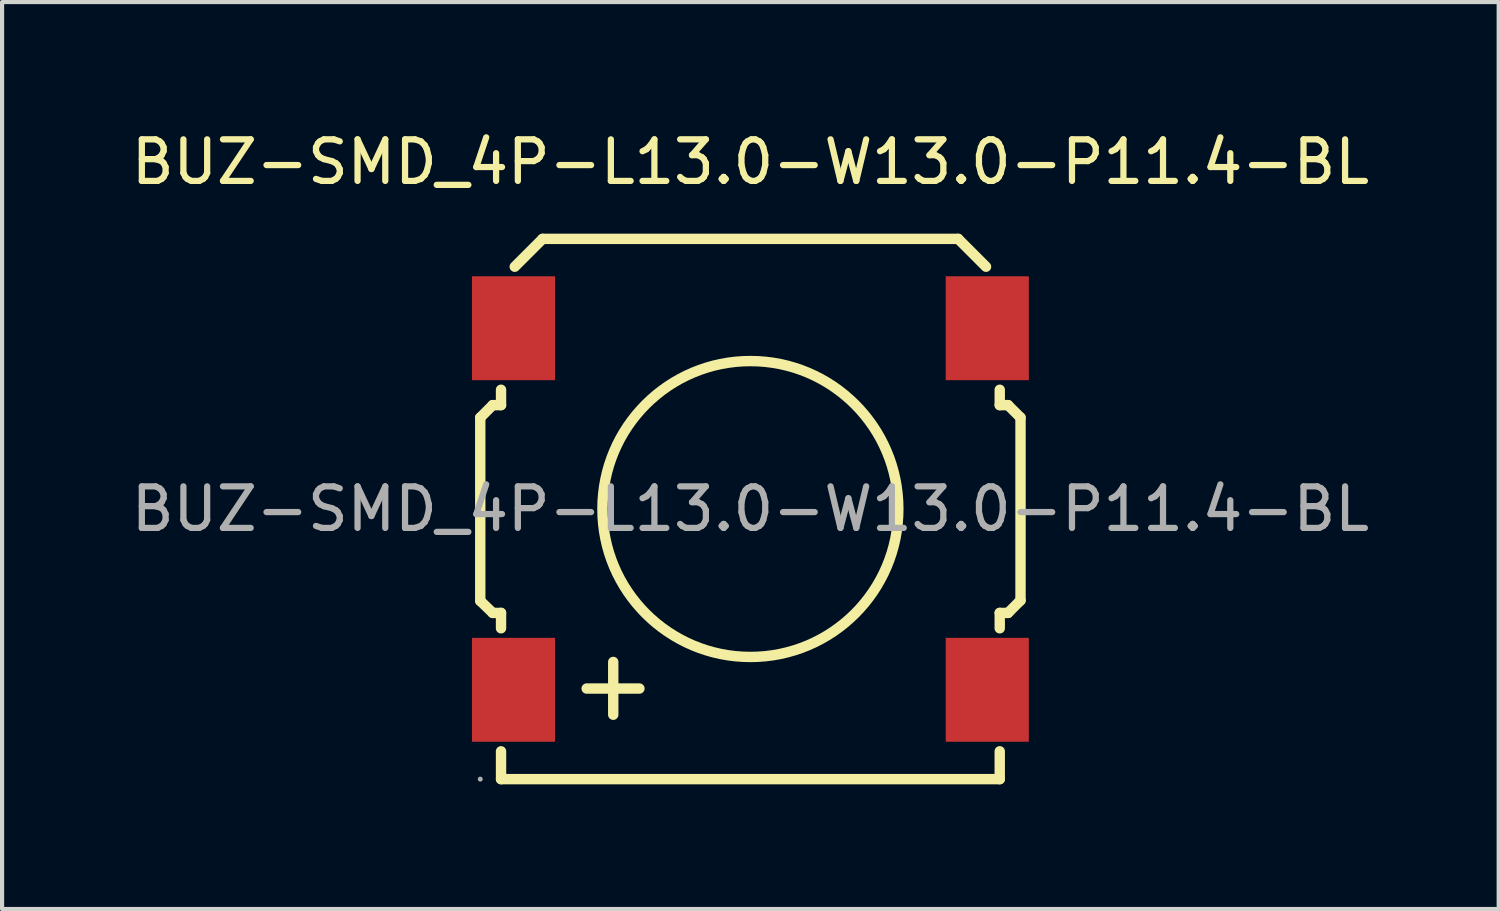
<source format=kicad_pcb>
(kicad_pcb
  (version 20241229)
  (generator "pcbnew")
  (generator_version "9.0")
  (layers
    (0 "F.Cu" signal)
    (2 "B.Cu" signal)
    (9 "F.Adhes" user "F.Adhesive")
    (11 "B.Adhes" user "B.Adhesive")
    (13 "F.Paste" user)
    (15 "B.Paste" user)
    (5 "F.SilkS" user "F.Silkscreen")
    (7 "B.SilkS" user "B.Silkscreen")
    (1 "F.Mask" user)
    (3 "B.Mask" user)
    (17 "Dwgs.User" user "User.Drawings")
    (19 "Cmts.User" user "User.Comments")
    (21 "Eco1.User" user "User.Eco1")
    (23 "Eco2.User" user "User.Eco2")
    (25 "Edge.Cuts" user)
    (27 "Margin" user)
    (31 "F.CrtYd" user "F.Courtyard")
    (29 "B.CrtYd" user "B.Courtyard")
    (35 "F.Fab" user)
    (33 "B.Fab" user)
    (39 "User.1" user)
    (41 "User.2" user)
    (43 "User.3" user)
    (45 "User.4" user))
  (footprint "BUZ-SMD_4P-L13.0-W13.0-P11.4-BL"
    (layer "F.Cu")
    (at 15.006 9.198)
    (property "Reference" "BUZ-SMD_4P-L13.0-W13.0-P11.4-BL" (at 0 -8.35 0) (layer "F.SilkS") (effects (font (size 1 1) (thickness 0.15))))
    (attr through_hole)
    (fp_line (start -6.5 -2.2) (end -6.2 -2.5) (stroke (width 0.25) (type solid)) (layer "F.SilkS"))
    (fp_line (start -6.5 2.21) (end -6.5 -2.2) (stroke (width 0.25) (type solid)) (layer "F.SilkS"))
    (fp_line (start -6.2 -2.5) (end -6 -2.5) (stroke (width 0.25) (type solid)) (layer "F.SilkS"))
    (fp_line (start -6.2 2.5) (end -6.5 2.21) (stroke (width 0.25) (type solid)) (layer "F.SilkS"))
    (fp_line (start -6 -2.5) (end -6 -2.87) (stroke (width 0.25) (type solid)) (layer "F.SilkS"))
    (fp_line (start -6 2.5) (end -6.2 2.5) (stroke (width 0.25) (type solid)) (layer "F.SilkS"))
    (fp_line (start -6 2.87) (end -6 2.5) (stroke (width 0.25) (type solid)) (layer "F.SilkS"))
    (fp_line (start -6 6.5) (end -6 5.83) (stroke (width 0.25) (type solid)) (layer "F.SilkS"))
    (fp_line (start -5 -6.5) (end -5.67 -5.83) (stroke (width 0.25) (type solid)) (layer "F.SilkS"))
    (fp_line (start -5 -6.5) (end 5 -6.5) (stroke (width 0.25) (type solid)) (layer "F.SilkS"))
    (fp_line (start -3.94 4.32) (end -2.67 4.32) (stroke (width 0.25) (type solid)) (layer "F.SilkS"))
    (fp_line (start -3.3 3.68) (end -3.3 4.95) (stroke (width 0.25) (type solid)) (layer "F.SilkS"))
    (fp_line (start 5 -6.5) (end 5.67 -5.83) (stroke (width 0.25) (type solid)) (layer "F.SilkS"))
    (fp_line (start 6 -2.87) (end 6 -2.5) (stroke (width 0.25) (type solid)) (layer "F.SilkS"))
    (fp_line (start 6 -2.5) (end 6.2 -2.5) (stroke (width 0.25) (type solid)) (layer "F.SilkS"))
    (fp_line (start 6 2.5) (end 6 2.87) (stroke (width 0.25) (type solid)) (layer "F.SilkS"))
    (fp_line (start 6 5.83) (end 6 6.5) (stroke (width 0.25) (type solid)) (layer "F.SilkS"))
    (fp_line (start 6 6.5) (end -6 6.5) (stroke (width 0.25) (type solid)) (layer "F.SilkS"))
    (fp_line (start 6.2 -2.5) (end 6.5 -2.2) (stroke (width 0.25) (type solid)) (layer "F.SilkS"))
    (fp_line (start 6.2 2.5) (end 6 2.5) (stroke (width 0.25) (type solid)) (layer "F.SilkS"))
    (fp_line (start 6.5 -2.2) (end 6.5 2.2) (stroke (width 0.25) (type solid)) (layer "F.SilkS"))
    (fp_line (start 6.5 2.2) (end 6.2 2.5) (stroke (width 0.25) (type solid)) (layer "F.SilkS"))
    (fp_circle (center 0 0) (end 3.56 0) (stroke (width 0.25) (type solid)) (fill no) (layer "F.SilkS"))
    (fp_circle (center -6.5 6.5) (end -6.47 6.5) (stroke (width 0.06) (type solid)) (fill no) (layer "F.Fab"))
    (fp_text user "${REFERENCE}" (at 0 0 0) (layer "F.Fab") (effects (font (size 1 1) (thickness 0.15))))
    (pad "1" smd rect (at -5.7 4.35) (size 2 2.5) (layers "F.Cu" "F.Mask" "F.Paste"))
    (pad "2" smd rect (at 5.7 4.35) (size 2 2.5) (layers "F.Cu" "F.Mask" "F.Paste"))
    (pad "3" smd rect (at 5.7 -4.35) (size 2 2.5) (layers "F.Cu" "F.Mask" "F.Paste"))
    (pad "4" smd rect (at -5.7 -4.35) (size 2 2.5) (layers "F.Cu" "F.Mask" "F.Paste")))
  (gr_rect
    (start -3 -3)
    (end 33.012 18.823)
    (stroke (width 0.1) (type default))
    (fill no)
    (layer "Edge.Cuts")))
</source>
